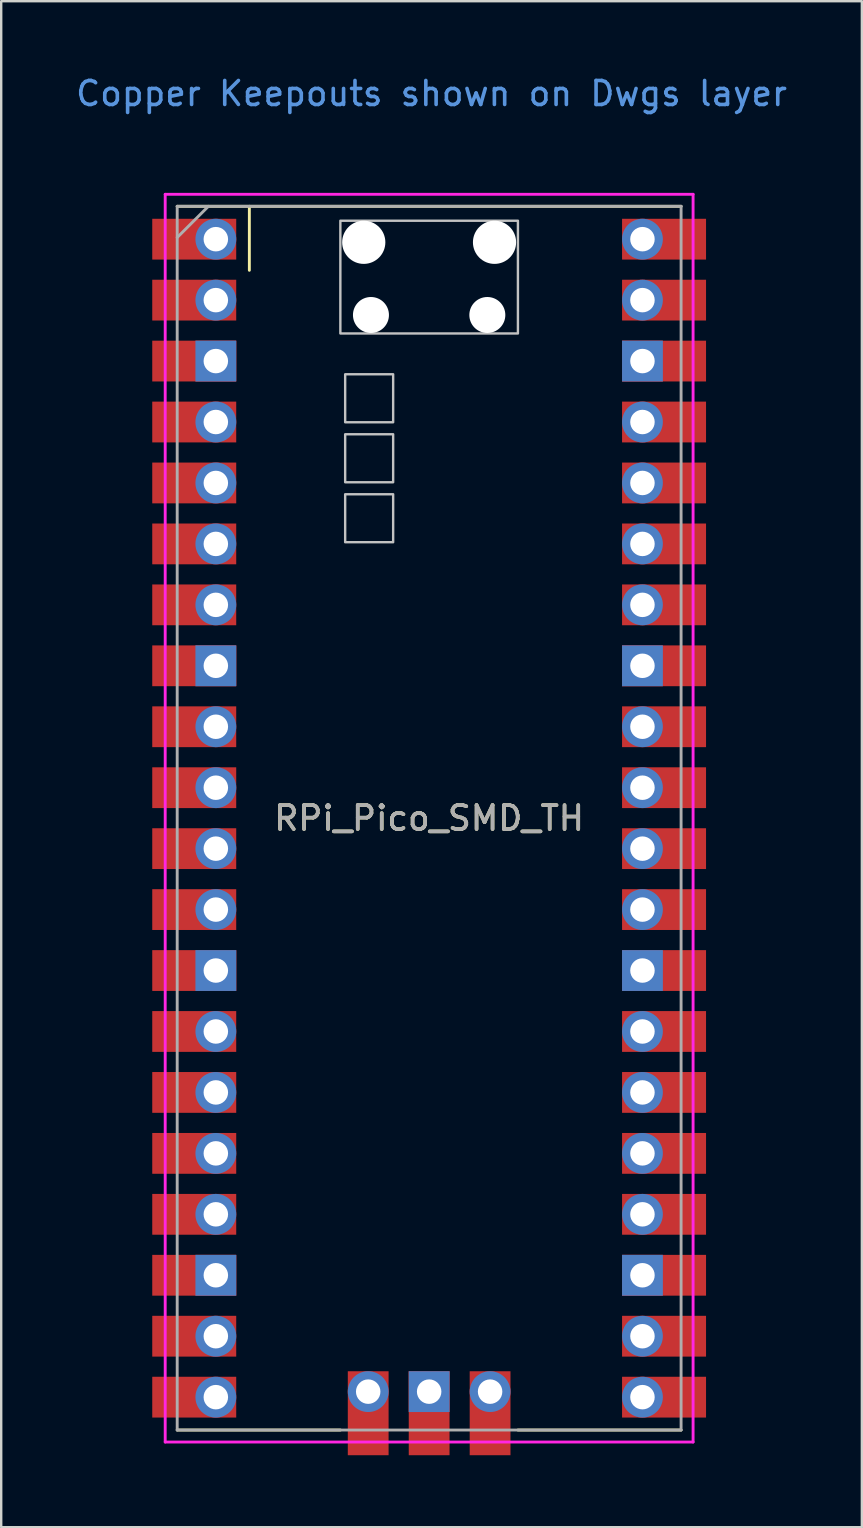
<source format=kicad_pcb>
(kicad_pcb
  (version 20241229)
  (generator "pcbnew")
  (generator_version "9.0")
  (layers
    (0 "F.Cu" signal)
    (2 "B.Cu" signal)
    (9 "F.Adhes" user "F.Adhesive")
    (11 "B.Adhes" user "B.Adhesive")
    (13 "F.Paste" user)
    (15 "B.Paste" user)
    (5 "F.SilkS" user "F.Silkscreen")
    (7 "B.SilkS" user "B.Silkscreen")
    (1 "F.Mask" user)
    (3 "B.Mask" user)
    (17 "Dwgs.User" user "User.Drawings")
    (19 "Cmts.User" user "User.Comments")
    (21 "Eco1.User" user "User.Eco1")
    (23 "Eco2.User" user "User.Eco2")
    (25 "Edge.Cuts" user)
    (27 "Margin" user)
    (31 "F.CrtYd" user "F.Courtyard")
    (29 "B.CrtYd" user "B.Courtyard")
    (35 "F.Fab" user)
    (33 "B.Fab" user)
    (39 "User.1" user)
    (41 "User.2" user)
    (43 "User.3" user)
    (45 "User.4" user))
  (footprint "RPi_Pico_SMD_TH"
    (layer "F.Cu")
    (at 14.835 31.048)
    (property "Reference" "RPi_Pico_SMD_TH" (at 0 0 0) (layer "F.SilkS") (effects (font (size 1 1) (thickness 0.15))))
    (attr through_hole)
    (fp_line (start -10.5 -25.5) (end 10.5 -25.5) (stroke (width 0.12) (type solid)) (layer "F.SilkS"))
    (fp_line (start -7.493 -22.833) (end -7.493 -25.5) (stroke (width 0.12) (type solid)) (layer "F.SilkS"))
    (fp_line (start -3.7 25.5) (end -10.5 25.5) (stroke (width 0.12) (type solid)) (layer "F.SilkS"))
    (fp_line (start 10.5 25.5) (end 3.7 25.5) (stroke (width 0.12) (type solid)) (layer "F.SilkS"))
    (fp_poly (pts (xy -1.5 -16.5) (xy -3.5 -16.5) (xy -3.5 -18.5) (xy -1.5 -18.5)) (stroke (width 0.1) (type solid)) (fill no) (layer "Dwgs.User"))
    (fp_poly (pts (xy -1.5 -14) (xy -3.5 -14) (xy -3.5 -16) (xy -1.5 -16)) (stroke (width 0.1) (type solid)) (fill no) (layer "Dwgs.User"))
    (fp_poly (pts (xy -1.5 -11.5) (xy -3.5 -11.5) (xy -3.5 -13.5) (xy -1.5 -13.5)) (stroke (width 0.1) (type solid)) (fill no) (layer "Dwgs.User"))
    (fp_poly (pts (xy 3.7 -20.2) (xy -3.7 -20.2) (xy -3.7 -24.9) (xy 3.7 -24.9)) (stroke (width 0.1) (type solid)) (fill no) (layer "Dwgs.User"))
    (fp_line (start -11 -26) (end 11 -26) (stroke (width 0.12) (type solid)) (layer "F.CrtYd"))
    (fp_line (start -11 26) (end -11 -26) (stroke (width 0.12) (type solid)) (layer "F.CrtYd"))
    (fp_line (start 11 -26) (end 11 26) (stroke (width 0.12) (type solid)) (layer "F.CrtYd"))
    (fp_line (start 11 26) (end -11 26) (stroke (width 0.12) (type solid)) (layer "F.CrtYd"))
    (fp_line (start -10.5 -25.5) (end 10.5 -25.5) (stroke (width 0.12) (type solid)) (layer "F.Fab"))
    (fp_line (start -10.5 -24.2) (end -9.2 -25.5) (stroke (width 0.12) (type solid)) (layer "F.Fab"))
    (fp_line (start -10.5 25.5) (end -10.5 -25.5) (stroke (width 0.12) (type solid)) (layer "F.Fab"))
    (fp_line (start 10.5 -25.5) (end 10.5 25.5) (stroke (width 0.12) (type solid)) (layer "F.Fab"))
    (fp_line (start 10.5 25.5) (end -10.5 25.5) (stroke (width 0.12) (type solid)) (layer "F.Fab"))
    (fp_text user "Copper Keepouts shown on Dwgs layer" (at 0.1 -30.2 0) (layer "Cmts.User") (effects (font (size 1 1) (thickness 0.15))))
    (fp_text user "${REFERENCE}" (at 0 0 180) (layer "F.Fab") (effects (font (size 1 1) (thickness 0.15))))
    (pad "" np_thru_hole oval (at -2.725 -24) (size 1.8 1.8) (drill 1.8) (layers "*.Cu" "*.Mask"))
    (pad "" np_thru_hole oval (at -2.425 -20.97) (size 1.5 1.5) (drill 1.5) (layers "*.Cu" "*.Mask"))
    (pad "" np_thru_hole oval (at 2.425 -20.97) (size 1.5 1.5) (drill 1.5) (layers "*.Cu" "*.Mask"))
    (pad "" np_thru_hole oval (at 2.725 -24) (size 1.8 1.8) (drill 1.8) (layers "*.Cu" "*.Mask"))
    (pad "1" thru_hole oval (at -8.89 -24.13) (size 1.7 1.7) (drill 1.02) (layers "*.Cu" "*.Mask"))
    (pad "1" smd rect (at -8.89 -24.13) (size 3.5 1.7) (drill (offset -0.9 0)) (layers "F.Cu" "F.Mask"))
    (pad "2" thru_hole oval (at -8.89 -21.59) (size 1.7 1.7) (drill 1.02) (layers "*.Cu" "*.Mask"))
    (pad "2" smd rect (at -8.89 -21.59) (size 3.5 1.7) (drill (offset -0.9 0)) (layers "F.Cu" "F.Mask"))
    (pad "3" thru_hole rect (at -8.89 -19.05) (size 1.7 1.7) (drill 1.02) (layers "*.Cu" "*.Mask"))
    (pad "3" smd rect (at -8.89 -19.05) (size 3.5 1.7) (drill (offset -0.9 0)) (layers "F.Cu" "F.Mask"))
    (pad "4" thru_hole oval (at -8.89 -16.51) (size 1.7 1.7) (drill 1.02) (layers "*.Cu" "*.Mask"))
    (pad "4" smd rect (at -8.89 -16.51) (size 3.5 1.7) (drill (offset -0.9 0)) (layers "F.Cu" "F.Mask"))
    (pad "5" thru_hole oval (at -8.89 -13.97) (size 1.7 1.7) (drill 1.02) (layers "*.Cu" "*.Mask"))
    (pad "5" smd rect (at -8.89 -13.97) (size 3.5 1.7) (drill (offset -0.9 0)) (layers "F.Cu" "F.Mask"))
    (pad "6" thru_hole oval (at -8.89 -11.43) (size 1.7 1.7) (drill 1.02) (layers "*.Cu" "*.Mask"))
    (pad "6" smd rect (at -8.89 -11.43) (size 3.5 1.7) (drill (offset -0.9 0)) (layers "F.Cu" "F.Mask"))
    (pad "7" thru_hole oval (at -8.89 -8.89) (size 1.7 1.7) (drill 1.02) (layers "*.Cu" "*.Mask"))
    (pad "7" smd rect (at -8.89 -8.89) (size 3.5 1.7) (drill (offset -0.9 0)) (layers "F.Cu" "F.Mask"))
    (pad "8" thru_hole rect (at -8.89 -6.35) (size 1.7 1.7) (drill 1.02) (layers "*.Cu" "*.Mask"))
    (pad "8" smd rect (at -8.89 -6.35) (size 3.5 1.7) (drill (offset -0.9 0)) (layers "F.Cu" "F.Mask"))
    (pad "9" thru_hole oval (at -8.89 -3.81) (size 1.7 1.7) (drill 1.02) (layers "*.Cu" "*.Mask"))
    (pad "9" smd rect (at -8.89 -3.81) (size 3.5 1.7) (drill (offset -0.9 0)) (layers "F.Cu" "F.Mask"))
    (pad "10" thru_hole oval (at -8.89 -1.27) (size 1.7 1.7) (drill 1.02) (layers "*.Cu" "*.Mask"))
    (pad "10" smd rect (at -8.89 -1.27) (size 3.5 1.7) (drill (offset -0.9 0)) (layers "F.Cu" "F.Mask"))
    (pad "11" thru_hole oval (at -8.89 1.27) (size 1.7 1.7) (drill 1.02) (layers "*.Cu" "*.Mask"))
    (pad "11" smd rect (at -8.89 1.27) (size 3.5 1.7) (drill (offset -0.9 0)) (layers "F.Cu" "F.Mask"))
    (pad "12" thru_hole oval (at -8.89 3.81) (size 1.7 1.7) (drill 1.02) (layers "*.Cu" "*.Mask"))
    (pad "12" smd rect (at -8.89 3.81) (size 3.5 1.7) (drill (offset -0.9 0)) (layers "F.Cu" "F.Mask"))
    (pad "13" thru_hole rect (at -8.89 6.35) (size 1.7 1.7) (drill 1.02) (layers "*.Cu" "*.Mask"))
    (pad "13" smd rect (at -8.89 6.35) (size 3.5 1.7) (drill (offset -0.9 0)) (layers "F.Cu" "F.Mask"))
    (pad "14" thru_hole oval (at -8.89 8.89) (size 1.7 1.7) (drill 1.02) (layers "*.Cu" "*.Mask"))
    (pad "14" smd rect (at -8.89 8.89) (size 3.5 1.7) (drill (offset -0.9 0)) (layers "F.Cu" "F.Mask"))
    (pad "15" thru_hole oval (at -8.89 11.43) (size 1.7 1.7) (drill 1.02) (layers "*.Cu" "*.Mask"))
    (pad "15" smd rect (at -8.89 11.43) (size 3.5 1.7) (drill (offset -0.9 0)) (layers "F.Cu" "F.Mask"))
    (pad "16" thru_hole oval (at -8.89 13.97) (size 1.7 1.7) (drill 1.02) (layers "*.Cu" "*.Mask"))
    (pad "16" smd rect (at -8.89 13.97) (size 3.5 1.7) (drill (offset -0.9 0)) (layers "F.Cu" "F.Mask"))
    (pad "17" thru_hole oval (at -8.89 16.51) (size 1.7 1.7) (drill 1.02) (layers "*.Cu" "*.Mask"))
    (pad "17" smd rect (at -8.89 16.51) (size 3.5 1.7) (drill (offset -0.9 0)) (layers "F.Cu" "F.Mask"))
    (pad "18" thru_hole rect (at -8.89 19.05) (size 1.7 1.7) (drill 1.02) (layers "*.Cu" "*.Mask"))
    (pad "18" smd rect (at -8.89 19.05) (size 3.5 1.7) (drill (offset -0.9 0)) (layers "F.Cu" "F.Mask"))
    (pad "19" thru_hole oval (at -8.89 21.59) (size 1.7 1.7) (drill 1.02) (layers "*.Cu" "*.Mask"))
    (pad "19" smd rect (at -8.89 21.59) (size 3.5 1.7) (drill (offset -0.9 0)) (layers "F.Cu" "F.Mask"))
    (pad "20" thru_hole oval (at -8.89 24.13) (size 1.7 1.7) (drill 1.02) (layers "*.Cu" "*.Mask"))
    (pad "20" smd rect (at -8.89 24.13) (size 3.5 1.7) (drill (offset -0.9 0)) (layers "F.Cu" "F.Mask"))
    (pad "21" thru_hole oval (at 8.89 24.13) (size 1.7 1.7) (drill 1.02) (layers "*.Cu" "*.Mask"))
    (pad "21" smd rect (at 8.89 24.13) (size 3.5 1.7) (drill (offset 0.9 0)) (layers "F.Cu" "F.Mask"))
    (pad "22" thru_hole oval (at 8.89 21.59) (size 1.7 1.7) (drill 1.02) (layers "*.Cu" "*.Mask"))
    (pad "22" smd rect (at 8.89 21.59) (size 3.5 1.7) (drill (offset 0.9 0)) (layers "F.Cu" "F.Mask"))
    (pad "23" thru_hole rect (at 8.89 19.05) (size 1.7 1.7) (drill 1.02) (layers "*.Cu" "*.Mask"))
    (pad "23" smd rect (at 8.89 19.05) (size 3.5 1.7) (drill (offset 0.9 0)) (layers "F.Cu" "F.Mask"))
    (pad "24" thru_hole oval (at 8.89 16.51) (size 1.7 1.7) (drill 1.02) (layers "*.Cu" "*.Mask"))
    (pad "24" smd rect (at 8.89 16.51) (size 3.5 1.7) (drill (offset 0.9 0)) (layers "F.Cu" "F.Mask"))
    (pad "25" thru_hole oval (at 8.89 13.97) (size 1.7 1.7) (drill 1.02) (layers "*.Cu" "*.Mask"))
    (pad "25" smd rect (at 8.89 13.97) (size 3.5 1.7) (drill (offset 0.9 0)) (layers "F.Cu" "F.Mask"))
    (pad "26" thru_hole oval (at 8.89 11.43) (size 1.7 1.7) (drill 1.02) (layers "*.Cu" "*.Mask"))
    (pad "26" smd rect (at 8.89 11.43) (size 3.5 1.7) (drill (offset 0.9 0)) (layers "F.Cu" "F.Mask"))
    (pad "27" thru_hole oval (at 8.89 8.89) (size 1.7 1.7) (drill 1.02) (layers "*.Cu" "*.Mask"))
    (pad "27" smd rect (at 8.89 8.89) (size 3.5 1.7) (drill (offset 0.9 0)) (layers "F.Cu" "F.Mask"))
    (pad "28" thru_hole rect (at 8.89 6.35) (size 1.7 1.7) (drill 1.02) (layers "*.Cu" "*.Mask"))
    (pad "28" smd rect (at 8.89 6.35) (size 3.5 1.7) (drill (offset 0.9 0)) (layers "F.Cu" "F.Mask"))
    (pad "29" thru_hole oval (at 8.89 3.81) (size 1.7 1.7) (drill 1.02) (layers "*.Cu" "*.Mask"))
    (pad "29" smd rect (at 8.89 3.81) (size 3.5 1.7) (drill (offset 0.9 0)) (layers "F.Cu" "F.Mask"))
    (pad "30" thru_hole oval (at 8.89 1.27) (size 1.7 1.7) (drill 1.02) (layers "*.Cu" "*.Mask"))
    (pad "30" smd rect (at 8.89 1.27) (size 3.5 1.7) (drill (offset 0.9 0)) (layers "F.Cu" "F.Mask"))
    (pad "31" thru_hole oval (at 8.89 -1.27) (size 1.7 1.7) (drill 1.02) (layers "*.Cu" "*.Mask"))
    (pad "31" smd rect (at 8.89 -1.27) (size 3.5 1.7) (drill (offset 0.9 0)) (layers "F.Cu" "F.Mask"))
    (pad "32" thru_hole oval (at 8.89 -3.81) (size 1.7 1.7) (drill 1.02) (layers "*.Cu" "*.Mask"))
    (pad "32" smd rect (at 8.89 -3.81) (size 3.5 1.7) (drill (offset 0.9 0)) (layers "F.Cu" "F.Mask"))
    (pad "33" thru_hole rect (at 8.89 -6.35) (size 1.7 1.7) (drill 1.02) (layers "*.Cu" "*.Mask"))
    (pad "33" smd rect (at 8.89 -6.35) (size 3.5 1.7) (drill (offset 0.9 0)) (layers "F.Cu" "F.Mask"))
    (pad "34" thru_hole oval (at 8.89 -8.89) (size 1.7 1.7) (drill 1.02) (layers "*.Cu" "*.Mask"))
    (pad "34" smd rect (at 8.89 -8.89) (size 3.5 1.7) (drill (offset 0.9 0)) (layers "F.Cu" "F.Mask"))
    (pad "35" thru_hole oval (at 8.89 -11.43) (size 1.7 1.7) (drill 1.02) (layers "*.Cu" "*.Mask"))
    (pad "35" smd rect (at 8.89 -11.43) (size 3.5 1.7) (drill (offset 0.9 0)) (layers "F.Cu" "F.Mask"))
    (pad "36" thru_hole oval (at 8.89 -13.97) (size 1.7 1.7) (drill 1.02) (layers "*.Cu" "*.Mask"))
    (pad "36" smd rect (at 8.89 -13.97) (size 3.5 1.7) (drill (offset 0.9 0)) (layers "F.Cu" "F.Mask"))
    (pad "37" thru_hole oval (at 8.89 -16.51) (size 1.7 1.7) (drill 1.02) (layers "*.Cu" "*.Mask"))
    (pad "37" smd rect (at 8.89 -16.51) (size 3.5 1.7) (drill (offset 0.9 0)) (layers "F.Cu" "F.Mask"))
    (pad "38" thru_hole rect (at 8.89 -19.05) (size 1.7 1.7) (drill 1.02) (layers "*.Cu" "*.Mask"))
    (pad "38" smd rect (at 8.89 -19.05) (size 3.5 1.7) (drill (offset 0.9 0)) (layers "F.Cu" "F.Mask"))
    (pad "39" thru_hole oval (at 8.89 -21.59) (size 1.7 1.7) (drill 1.02) (layers "*.Cu" "*.Mask"))
    (pad "39" smd rect (at 8.89 -21.59) (size 3.5 1.7) (drill (offset 0.9 0)) (layers "F.Cu" "F.Mask"))
    (pad "40" thru_hole oval (at 8.89 -24.13) (size 1.7 1.7) (drill 1.02) (layers "*.Cu" "*.Mask"))
    (pad "40" smd rect (at 8.89 -24.13) (size 3.5 1.7) (drill (offset 0.9 0)) (layers "F.Cu" "F.Mask"))
    (pad "41" thru_hole oval (at -2.54 23.9) (size 1.7 1.7) (drill 1.02) (layers "*.Cu" "*.Mask"))
    (pad "41" smd rect (at -2.54 23.9 90) (size 3.5 1.7) (drill (offset -0.9 0)) (layers "F.Cu" "F.Mask"))
    (pad "42" thru_hole rect (at 0 23.9) (size 1.7 1.7) (drill 1.02) (layers "*.Cu" "*.Mask"))
    (pad "42" smd rect (at 0 23.9 90) (size 3.5 1.7) (drill (offset -0.9 0)) (layers "F.Cu" "F.Mask"))
    (pad "43" thru_hole oval (at 2.54 23.9) (size 1.7 1.7) (drill 1.02) (layers "*.Cu" "*.Mask"))
    (pad "43" smd rect (at 2.54 23.9 90) (size 3.5 1.7) (drill (offset -0.9 0)) (layers "F.Cu" "F.Mask")))
  (gr_rect
    (start -3 -3)
    (end 32.869 60.598)
    (stroke (width 0.1) (type default))
    (fill no)
    (layer "Edge.Cuts")))
</source>
